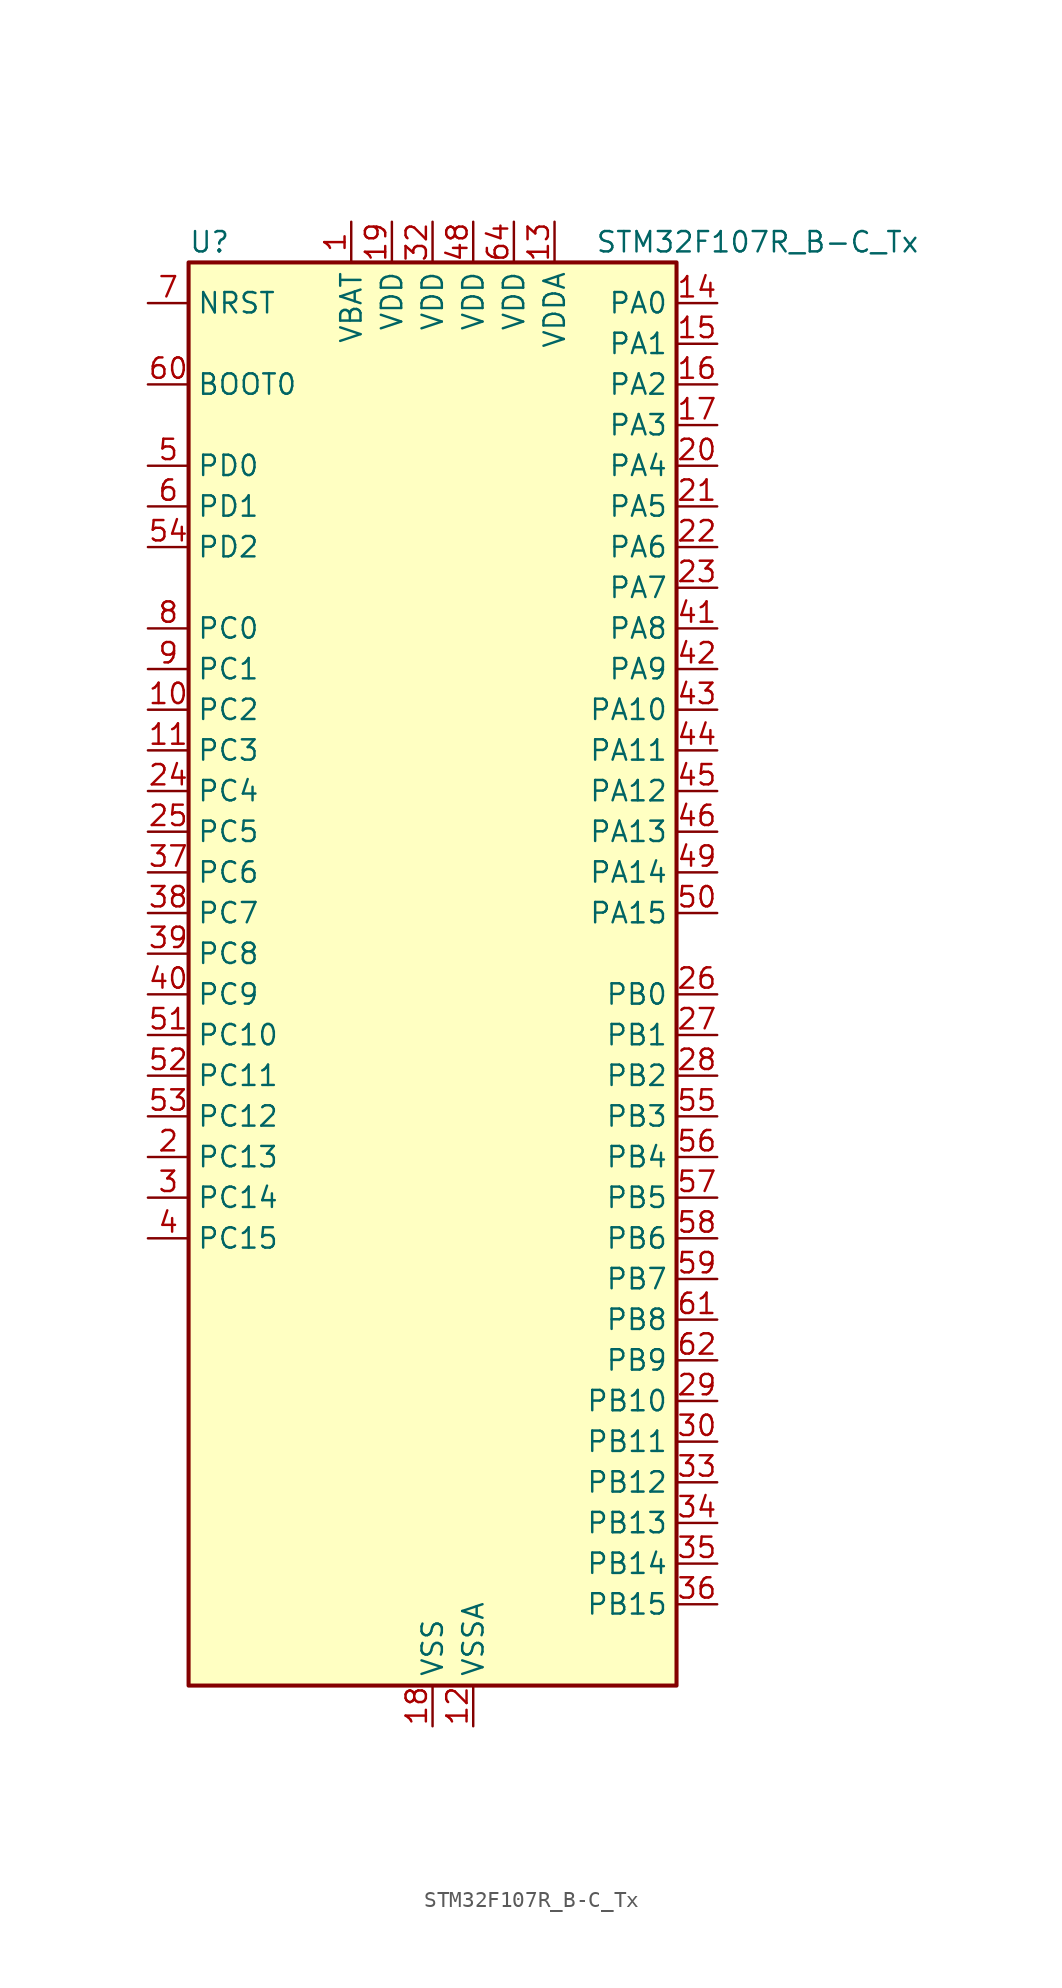
<source format=kicad_sym>
(kicad_symbol_lib
  (version 20231120)
  (generator "kicad_symbol_editor")
  (generator_version "8.0")
  (symbol "STM32F107R_B-C_Tx"
    (property "Reference" "U"
      (at -15.24 46.99 0)
      (effects (font (size 1.27 1.27)) (justify left)))
    (property "Value" "STM32F107R_B-C_Tx"
      (at 10.16 46.99 0)
      (effects (font (size 1.27 1.27)) (justify left)))
    (property "ki_locked" ""
      (at 0 0 0)
      (effects (font (size 1.27 1.27))))
    (symbol "STM32F107R_B-C_Tx_0_1"
      (rectangle (start -15.24 -43.18) (end 15.24 45.72) (stroke (width 0.254) (type default)) (fill (type background))))
    (symbol "STM32F107R_B-C_Tx_1_1"
      (pin power_in line (at -5.08 48.26 270) (length 2.54) (name "VBAT" (effects (font (size 1.27 1.27)))) (number "1" (effects (font (size 1.27 1.27)))))
      (pin bidirectional line (at -17.78 17.78 0) (length 2.54) (name "PC2" (effects (font (size 1.27 1.27)))) (number "10" (effects (font (size 1.27 1.27)))) (alternate "ADC1_IN12" bidirectional line) (alternate "ADC2_IN12" bidirectional line) (alternate "ETH_TXD2" bidirectional line))
      (pin bidirectional line (at -17.78 15.24 0) (length 2.54) (name "PC3" (effects (font (size 1.27 1.27)))) (number "11" (effects (font (size 1.27 1.27)))) (alternate "ADC1_IN13" bidirectional line) (alternate "ADC2_IN13" bidirectional line) (alternate "ETH_TX_CLK" bidirectional line))
      (pin power_in line (at 2.54 -45.72 90) (length 2.54) (name "VSSA" (effects (font (size 1.27 1.27)))) (number "12" (effects (font (size 1.27 1.27)))))
      (pin power_in line (at 7.62 48.26 270) (length 2.54) (name "VDDA" (effects (font (size 1.27 1.27)))) (number "13" (effects (font (size 1.27 1.27)))))
      (pin bidirectional line (at 17.78 43.18 180) (length 2.54) (name "PA0" (effects (font (size 1.27 1.27)))) (number "14" (effects (font (size 1.27 1.27)))) (alternate "ADC1_IN0" bidirectional line) (alternate "ADC2_IN0" bidirectional line) (alternate "ETH_CRS" bidirectional line) (alternate "SYS_WKUP" bidirectional line) (alternate "TIM2_CH1" bidirectional line) (alternate "TIM2_ETR" bidirectional line) (alternate "TIM5_CH1" bidirectional line) (alternate "USART2_CTS" bidirectional line))
      (pin bidirectional line (at 17.78 40.64 180) (length 2.54) (name "PA1" (effects (font (size 1.27 1.27)))) (number "15" (effects (font (size 1.27 1.27)))) (alternate "ADC1_IN1" bidirectional line) (alternate "ADC2_IN1" bidirectional line) (alternate "ETH_REF_CLK" bidirectional line) (alternate "ETH_RX_CLK" bidirectional line) (alternate "TIM2_CH2" bidirectional line) (alternate "TIM5_CH2" bidirectional line) (alternate "USART2_RTS" bidirectional line))
      (pin bidirectional line (at 17.78 38.1 180) (length 2.54) (name "PA2" (effects (font (size 1.27 1.27)))) (number "16" (effects (font (size 1.27 1.27)))) (alternate "ADC1_IN2" bidirectional line) (alternate "ADC2_IN2" bidirectional line) (alternate "ETH_MDIO" bidirectional line) (alternate "TIM2_CH3" bidirectional line) (alternate "TIM5_CH3" bidirectional line) (alternate "USART2_TX" bidirectional line))
      (pin bidirectional line (at 17.78 35.56 180) (length 2.54) (name "PA3" (effects (font (size 1.27 1.27)))) (number "17" (effects (font (size 1.27 1.27)))) (alternate "ADC1_IN3" bidirectional line) (alternate "ADC2_IN3" bidirectional line) (alternate "ETH_COL" bidirectional line) (alternate "TIM2_CH4" bidirectional line) (alternate "TIM5_CH4" bidirectional line) (alternate "USART2_RX" bidirectional line))
      (pin power_in line (at 0 -45.72 90) (length 2.54) (name "VSS" (effects (font (size 1.27 1.27)))) (number "18" (effects (font (size 1.27 1.27)))))
      (pin power_in line (at -2.54 48.26 270) (length 2.54) (name "VDD" (effects (font (size 1.27 1.27)))) (number "19" (effects (font (size 1.27 1.27)))))
      (pin bidirectional line (at -17.78 -10.16 0) (length 2.54) (name "PC13" (effects (font (size 1.27 1.27)))) (number "2" (effects (font (size 1.27 1.27)))) (alternate "RTC_OUT" bidirectional line) (alternate "RTC_TAMPER" bidirectional line))
      (pin bidirectional line (at 17.78 33.02 180) (length 2.54) (name "PA4" (effects (font (size 1.27 1.27)))) (number "20" (effects (font (size 1.27 1.27)))) (alternate "ADC1_IN4" bidirectional line) (alternate "ADC2_IN4" bidirectional line) (alternate "DAC_OUT1" bidirectional line) (alternate "I2S3_WS" bidirectional line) (alternate "SPI1_NSS" bidirectional line) (alternate "SPI3_NSS" bidirectional line) (alternate "USART2_CK" bidirectional line))
      (pin bidirectional line (at 17.78 30.48 180) (length 2.54) (name "PA5" (effects (font (size 1.27 1.27)))) (number "21" (effects (font (size 1.27 1.27)))) (alternate "ADC1_IN5" bidirectional line) (alternate "ADC2_IN5" bidirectional line) (alternate "DAC_OUT2" bidirectional line) (alternate "SPI1_SCK" bidirectional line))
      (pin bidirectional line (at 17.78 27.94 180) (length 2.54) (name "PA6" (effects (font (size 1.27 1.27)))) (number "22" (effects (font (size 1.27 1.27)))) (alternate "ADC1_IN6" bidirectional line) (alternate "ADC2_IN6" bidirectional line) (alternate "SPI1_MISO" bidirectional line) (alternate "TIM1_BKIN" bidirectional line) (alternate "TIM3_CH1" bidirectional line))
      (pin bidirectional line (at 17.78 25.4 180) (length 2.54) (name "PA7" (effects (font (size 1.27 1.27)))) (number "23" (effects (font (size 1.27 1.27)))) (alternate "ADC1_IN7" bidirectional line) (alternate "ADC2_IN7" bidirectional line) (alternate "ETH_CRS_DV" bidirectional line) (alternate "ETH_RX_DV" bidirectional line) (alternate "SPI1_MOSI" bidirectional line) (alternate "TIM1_CH1N" bidirectional line) (alternate "TIM3_CH2" bidirectional line))
      (pin bidirectional line (at -17.78 12.7 0) (length 2.54) (name "PC4" (effects (font (size 1.27 1.27)))) (number "24" (effects (font (size 1.27 1.27)))) (alternate "ADC1_IN14" bidirectional line) (alternate "ADC2_IN14" bidirectional line) (alternate "ETH_RXD0" bidirectional line))
      (pin bidirectional line (at -17.78 10.16 0) (length 2.54) (name "PC5" (effects (font (size 1.27 1.27)))) (number "25" (effects (font (size 1.27 1.27)))) (alternate "ADC1_IN15" bidirectional line) (alternate "ADC2_IN15" bidirectional line) (alternate "ETH_RXD1" bidirectional line))
      (pin bidirectional line (at 17.78 0 180) (length 2.54) (name "PB0" (effects (font (size 1.27 1.27)))) (number "26" (effects (font (size 1.27 1.27)))) (alternate "ADC1_IN8" bidirectional line) (alternate "ADC2_IN8" bidirectional line) (alternate "ETH_RXD2" bidirectional line) (alternate "TIM1_CH2N" bidirectional line) (alternate "TIM3_CH3" bidirectional line))
      (pin bidirectional line (at 17.78 -2.54 180) (length 2.54) (name "PB1" (effects (font (size 1.27 1.27)))) (number "27" (effects (font (size 1.27 1.27)))) (alternate "ADC1_IN9" bidirectional line) (alternate "ADC2_IN9" bidirectional line) (alternate "ETH_RXD3" bidirectional line) (alternate "TIM1_CH3N" bidirectional line) (alternate "TIM3_CH4" bidirectional line))
      (pin bidirectional line (at 17.78 -5.08 180) (length 2.54) (name "PB2" (effects (font (size 1.27 1.27)))) (number "28" (effects (font (size 1.27 1.27)))))
      (pin bidirectional line (at 17.78 -25.4 180) (length 2.54) (name "PB10" (effects (font (size 1.27 1.27)))) (number "29" (effects (font (size 1.27 1.27)))) (alternate "ETH_RX_ER" bidirectional line) (alternate "TIM2_CH3" bidirectional line) (alternate "USART3_TX" bidirectional line))
      (pin bidirectional line (at -17.78 -12.7 0) (length 2.54) (name "PC14" (effects (font (size 1.27 1.27)))) (number "3" (effects (font (size 1.27 1.27)))) (alternate "RCC_OSC32_IN" bidirectional line))
      (pin bidirectional line (at 17.78 -27.94 180) (length 2.54) (name "PB11" (effects (font (size 1.27 1.27)))) (number "30" (effects (font (size 1.27 1.27)))) (alternate "ADC1_EXTI11" bidirectional line) (alternate "ADC2_EXTI11" bidirectional line) (alternate "ETH_TX_EN" bidirectional line) (alternate "TIM2_CH4" bidirectional line) (alternate "USART3_RX" bidirectional line))
      (pin passive line (at 0 -45.72 90) (length 2.54) hide (name "VSS" (effects (font (size 1.27 1.27)))) (number "31" (effects (font (size 1.27 1.27)))))
      (pin power_in line (at 0 48.26 270) (length 2.54) (name "VDD" (effects (font (size 1.27 1.27)))) (number "32" (effects (font (size 1.27 1.27)))))
      (pin bidirectional line (at 17.78 -30.48 180) (length 2.54) (name "PB12" (effects (font (size 1.27 1.27)))) (number "33" (effects (font (size 1.27 1.27)))) (alternate "CAN2_RX" bidirectional line) (alternate "ETH_TXD0" bidirectional line) (alternate "I2S2_WS" bidirectional line) (alternate "SPI2_NSS" bidirectional line) (alternate "TIM1_BKIN" bidirectional line) (alternate "USART3_CK" bidirectional line))
      (pin bidirectional line (at 17.78 -33.02 180) (length 2.54) (name "PB13" (effects (font (size 1.27 1.27)))) (number "34" (effects (font (size 1.27 1.27)))) (alternate "CAN2_TX" bidirectional line) (alternate "ETH_TXD1" bidirectional line) (alternate "I2S2_CK" bidirectional line) (alternate "SPI2_SCK" bidirectional line) (alternate "TIM1_CH1N" bidirectional line) (alternate "USART3_CTS" bidirectional line))
      (pin bidirectional line (at 17.78 -35.56 180) (length 2.54) (name "PB14" (effects (font (size 1.27 1.27)))) (number "35" (effects (font (size 1.27 1.27)))) (alternate "SPI2_MISO" bidirectional line) (alternate "TIM1_CH2N" bidirectional line) (alternate "USART3_RTS" bidirectional line))
      (pin bidirectional line (at 17.78 -38.1 180) (length 2.54) (name "PB15" (effects (font (size 1.27 1.27)))) (number "36" (effects (font (size 1.27 1.27)))) (alternate "ADC1_EXTI15" bidirectional line) (alternate "ADC2_EXTI15" bidirectional line) (alternate "I2S2_SD" bidirectional line) (alternate "SPI2_MOSI" bidirectional line) (alternate "TIM1_CH3N" bidirectional line))
      (pin bidirectional line (at -17.78 7.62 0) (length 2.54) (name "PC6" (effects (font (size 1.27 1.27)))) (number "37" (effects (font (size 1.27 1.27)))) (alternate "I2S2_MCK" bidirectional line) (alternate "TIM3_CH1" bidirectional line))
      (pin bidirectional line (at -17.78 5.08 0) (length 2.54) (name "PC7" (effects (font (size 1.27 1.27)))) (number "38" (effects (font (size 1.27 1.27)))) (alternate "I2S3_MCK" bidirectional line) (alternate "TIM3_CH2" bidirectional line))
      (pin bidirectional line (at -17.78 2.54 0) (length 2.54) (name "PC8" (effects (font (size 1.27 1.27)))) (number "39" (effects (font (size 1.27 1.27)))) (alternate "TIM3_CH3" bidirectional line))
      (pin bidirectional line (at -17.78 -15.24 0) (length 2.54) (name "PC15" (effects (font (size 1.27 1.27)))) (number "4" (effects (font (size 1.27 1.27)))) (alternate "ADC1_EXTI15" bidirectional line) (alternate "ADC2_EXTI15" bidirectional line) (alternate "RCC_OSC32_OUT" bidirectional line))
      (pin bidirectional line (at -17.78 0 0) (length 2.54) (name "PC9" (effects (font (size 1.27 1.27)))) (number "40" (effects (font (size 1.27 1.27)))) (alternate "DAC_EXTI9" bidirectional line) (alternate "TIM3_CH4" bidirectional line))
      (pin bidirectional line (at 17.78 22.86 180) (length 2.54) (name "PA8" (effects (font (size 1.27 1.27)))) (number "41" (effects (font (size 1.27 1.27)))) (alternate "RCC_MCO" bidirectional line) (alternate "TIM1_CH1" bidirectional line) (alternate "USART1_CK" bidirectional line) (alternate "USB_OTG_FS_SOF" bidirectional line))
      (pin bidirectional line (at 17.78 20.32 180) (length 2.54) (name "PA9" (effects (font (size 1.27 1.27)))) (number "42" (effects (font (size 1.27 1.27)))) (alternate "DAC_EXTI9" bidirectional line) (alternate "TIM1_CH2" bidirectional line) (alternate "USART1_TX" bidirectional line) (alternate "USB_OTG_FS_VBUS" bidirectional line))
      (pin bidirectional line (at 17.78 17.78 180) (length 2.54) (name "PA10" (effects (font (size 1.27 1.27)))) (number "43" (effects (font (size 1.27 1.27)))) (alternate "TIM1_CH3" bidirectional line) (alternate "USART1_RX" bidirectional line) (alternate "USB_OTG_FS_ID" bidirectional line))
      (pin bidirectional line (at 17.78 15.24 180) (length 2.54) (name "PA11" (effects (font (size 1.27 1.27)))) (number "44" (effects (font (size 1.27 1.27)))) (alternate "ADC1_EXTI11" bidirectional line) (alternate "ADC2_EXTI11" bidirectional line) (alternate "CAN1_RX" bidirectional line) (alternate "TIM1_CH4" bidirectional line) (alternate "USART1_CTS" bidirectional line) (alternate "USB_OTG_FS_DM" bidirectional line))
      (pin bidirectional line (at 17.78 12.7 180) (length 2.54) (name "PA12" (effects (font (size 1.27 1.27)))) (number "45" (effects (font (size 1.27 1.27)))) (alternate "CAN1_TX" bidirectional line) (alternate "TIM1_ETR" bidirectional line) (alternate "USART1_RTS" bidirectional line) (alternate "USB_OTG_FS_DP" bidirectional line))
      (pin bidirectional line (at 17.78 10.16 180) (length 2.54) (name "PA13" (effects (font (size 1.27 1.27)))) (number "46" (effects (font (size 1.27 1.27)))) (alternate "SYS_JTMS-SWDIO" bidirectional line))
      (pin passive line (at 0 -45.72 90) (length 2.54) hide (name "VSS" (effects (font (size 1.27 1.27)))) (number "47" (effects (font (size 1.27 1.27)))))
      (pin power_in line (at 2.54 48.26 270) (length 2.54) (name "VDD" (effects (font (size 1.27 1.27)))) (number "48" (effects (font (size 1.27 1.27)))))
      (pin bidirectional line (at 17.78 7.62 180) (length 2.54) (name "PA14" (effects (font (size 1.27 1.27)))) (number "49" (effects (font (size 1.27 1.27)))) (alternate "SYS_JTCK-SWCLK" bidirectional line))
      (pin bidirectional line (at -17.78 33.02 0) (length 2.54) (name "PD0" (effects (font (size 1.27 1.27)))) (number "5" (effects (font (size 1.27 1.27)))) (alternate "RCC_OSC_IN" bidirectional line))
      (pin bidirectional line (at 17.78 5.08 180) (length 2.54) (name "PA15" (effects (font (size 1.27 1.27)))) (number "50" (effects (font (size 1.27 1.27)))) (alternate "ADC1_EXTI15" bidirectional line) (alternate "ADC2_EXTI15" bidirectional line) (alternate "I2S3_WS" bidirectional line) (alternate "SPI1_NSS" bidirectional line) (alternate "SPI3_NSS" bidirectional line) (alternate "SYS_JTDI" bidirectional line) (alternate "TIM2_CH1" bidirectional line) (alternate "TIM2_ETR" bidirectional line))
      (pin bidirectional line (at -17.78 -2.54 0) (length 2.54) (name "PC10" (effects (font (size 1.27 1.27)))) (number "51" (effects (font (size 1.27 1.27)))) (alternate "I2S3_CK" bidirectional line) (alternate "SPI3_SCK" bidirectional line) (alternate "UART4_TX" bidirectional line) (alternate "USART3_TX" bidirectional line))
      (pin bidirectional line (at -17.78 -5.08 0) (length 2.54) (name "PC11" (effects (font (size 1.27 1.27)))) (number "52" (effects (font (size 1.27 1.27)))) (alternate "ADC1_EXTI11" bidirectional line) (alternate "ADC2_EXTI11" bidirectional line) (alternate "SPI3_MISO" bidirectional line) (alternate "UART4_RX" bidirectional line) (alternate "USART3_RX" bidirectional line))
      (pin bidirectional line (at -17.78 -7.62 0) (length 2.54) (name "PC12" (effects (font (size 1.27 1.27)))) (number "53" (effects (font (size 1.27 1.27)))) (alternate "I2S3_SD" bidirectional line) (alternate "SPI3_MOSI" bidirectional line) (alternate "UART5_TX" bidirectional line) (alternate "USART3_CK" bidirectional line))
      (pin bidirectional line (at -17.78 27.94 0) (length 2.54) (name "PD2" (effects (font (size 1.27 1.27)))) (number "54" (effects (font (size 1.27 1.27)))) (alternate "TIM3_ETR" bidirectional line) (alternate "UART5_RX" bidirectional line))
      (pin bidirectional line (at 17.78 -7.62 180) (length 2.54) (name "PB3" (effects (font (size 1.27 1.27)))) (number "55" (effects (font (size 1.27 1.27)))) (alternate "I2S3_CK" bidirectional line) (alternate "SPI1_SCK" bidirectional line) (alternate "SPI3_SCK" bidirectional line) (alternate "SYS_JTDO" bidirectional line) (alternate "SYS_TRACESWO" bidirectional line) (alternate "TIM2_CH2" bidirectional line))
      (pin bidirectional line (at 17.78 -10.16 180) (length 2.54) (name "PB4" (effects (font (size 1.27 1.27)))) (number "56" (effects (font (size 1.27 1.27)))) (alternate "SPI1_MISO" bidirectional line) (alternate "SPI3_MISO" bidirectional line) (alternate "SYS_NJTRST" bidirectional line) (alternate "TIM3_CH1" bidirectional line))
      (pin bidirectional line (at 17.78 -12.7 180) (length 2.54) (name "PB5" (effects (font (size 1.27 1.27)))) (number "57" (effects (font (size 1.27 1.27)))) (alternate "CAN2_RX" bidirectional line) (alternate "ETH_PPS_OUT" bidirectional line) (alternate "I2C1_SMBA" bidirectional line) (alternate "I2S3_SD" bidirectional line) (alternate "SPI1_MOSI" bidirectional line) (alternate "SPI3_MOSI" bidirectional line) (alternate "TIM3_CH2" bidirectional line))
      (pin bidirectional line (at 17.78 -15.24 180) (length 2.54) (name "PB6" (effects (font (size 1.27 1.27)))) (number "58" (effects (font (size 1.27 1.27)))) (alternate "CAN2_TX" bidirectional line) (alternate "I2C1_SCL" bidirectional line) (alternate "TIM4_CH1" bidirectional line) (alternate "USART1_TX" bidirectional line))
      (pin bidirectional line (at 17.78 -17.78 180) (length 2.54) (name "PB7" (effects (font (size 1.27 1.27)))) (number "59" (effects (font (size 1.27 1.27)))) (alternate "I2C1_SDA" bidirectional line) (alternate "TIM4_CH2" bidirectional line) (alternate "USART1_RX" bidirectional line))
      (pin bidirectional line (at -17.78 30.48 0) (length 2.54) (name "PD1" (effects (font (size 1.27 1.27)))) (number "6" (effects (font (size 1.27 1.27)))) (alternate "RCC_OSC_OUT" bidirectional line))
      (pin input line (at -17.78 38.1 0) (length 2.54) (name "BOOT0" (effects (font (size 1.27 1.27)))) (number "60" (effects (font (size 1.27 1.27)))))
      (pin bidirectional line (at 17.78 -20.32 180) (length 2.54) (name "PB8" (effects (font (size 1.27 1.27)))) (number "61" (effects (font (size 1.27 1.27)))) (alternate "CAN1_RX" bidirectional line) (alternate "ETH_TXD3" bidirectional line) (alternate "I2C1_SCL" bidirectional line) (alternate "TIM4_CH3" bidirectional line))
      (pin bidirectional line (at 17.78 -22.86 180) (length 2.54) (name "PB9" (effects (font (size 1.27 1.27)))) (number "62" (effects (font (size 1.27 1.27)))) (alternate "CAN1_TX" bidirectional line) (alternate "DAC_EXTI9" bidirectional line) (alternate "I2C1_SDA" bidirectional line) (alternate "TIM4_CH4" bidirectional line))
      (pin passive line (at 0 -45.72 90) (length 2.54) hide (name "VSS" (effects (font (size 1.27 1.27)))) (number "63" (effects (font (size 1.27 1.27)))))
      (pin power_in line (at 5.08 48.26 270) (length 2.54) (name "VDD" (effects (font (size 1.27 1.27)))) (number "64" (effects (font (size 1.27 1.27)))))
      (pin input line (at -17.78 43.18 0) (length 2.54) (name "NRST" (effects (font (size 1.27 1.27)))) (number "7" (effects (font (size 1.27 1.27)))))
      (pin bidirectional line (at -17.78 22.86 0) (length 2.54) (name "PC0" (effects (font (size 1.27 1.27)))) (number "8" (effects (font (size 1.27 1.27)))) (alternate "ADC1_IN10" bidirectional line) (alternate "ADC2_IN10" bidirectional line))
      (pin bidirectional line (at -17.78 20.32 0) (length 2.54) (name "PC1" (effects (font (size 1.27 1.27)))) (number "9" (effects (font (size 1.27 1.27)))) (alternate "ADC1_IN11" bidirectional line) (alternate "ADC2_IN11" bidirectional line) (alternate "ETH_MDC" bidirectional line)))))
</source>
